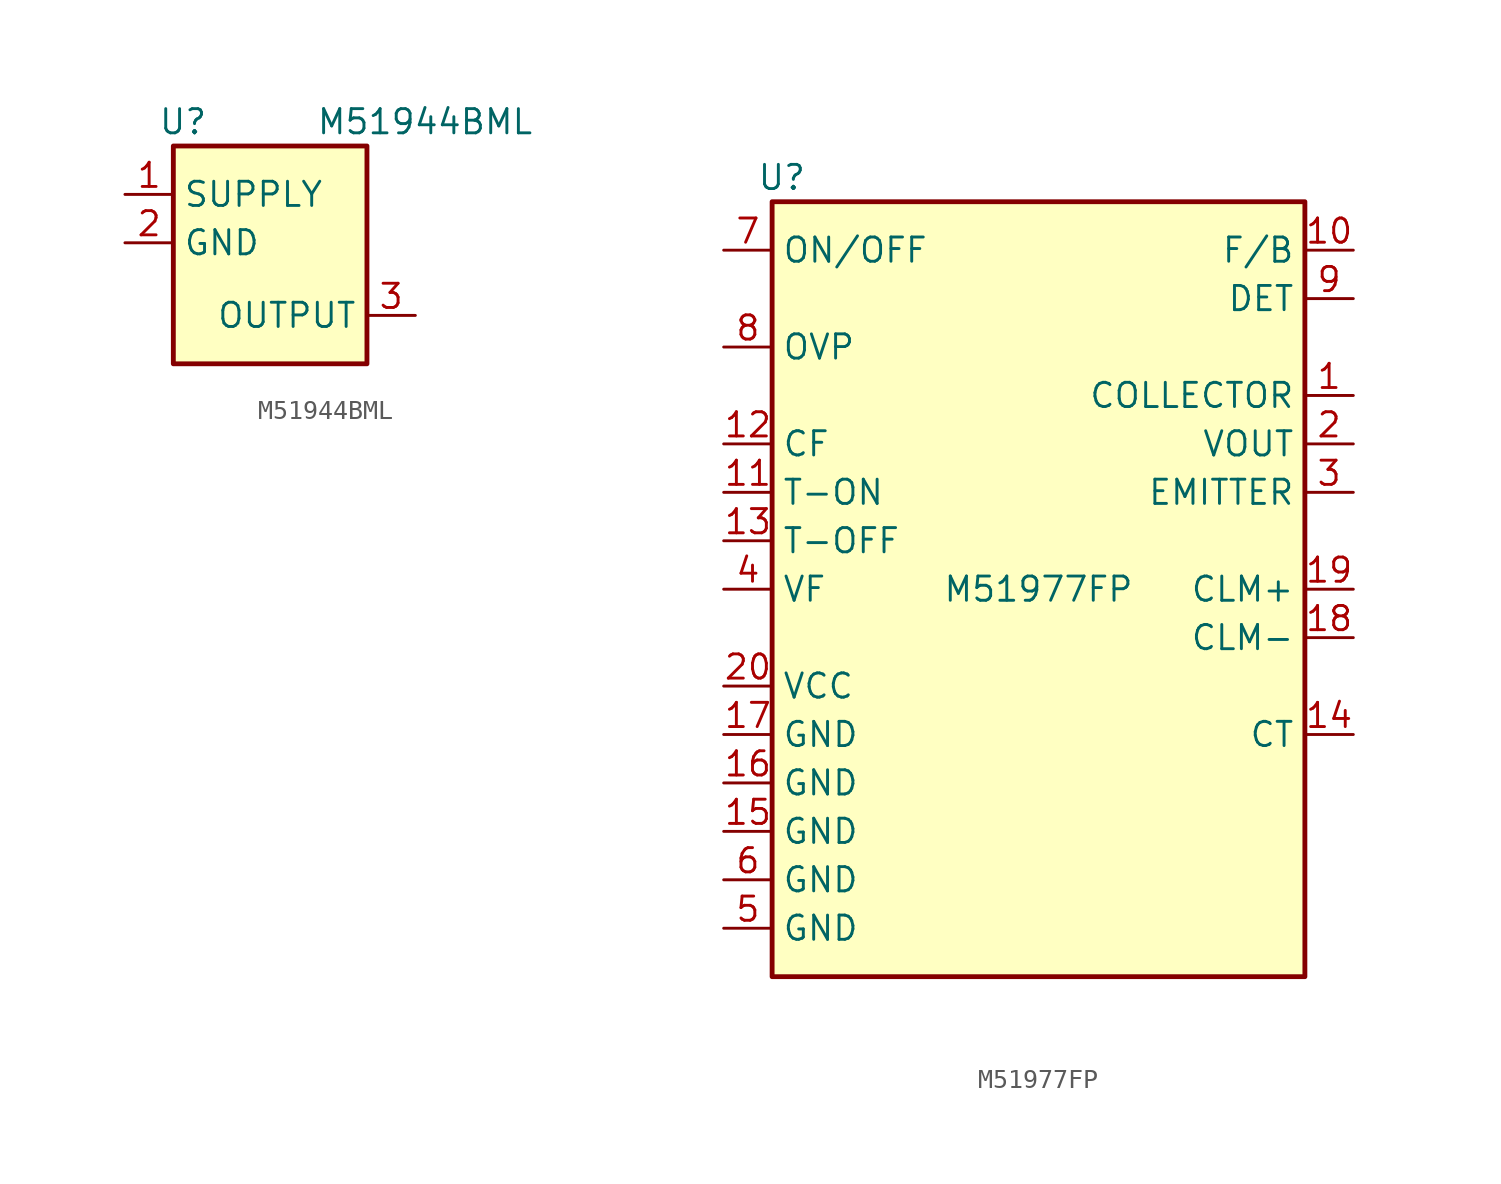
<source format=kicad_sym>
(kicad_symbol_lib
  (version 20241209)
  (generator "kicad_symbol_editor")
  (generator_version "9.0")
  (symbol "M51944BML"
    (property "Reference" "U"
      (at -4.572 7.62 0)
      (effects (font (size 1.27 1.27))))
    (property "Value" "M51944BML"
      (at 8.128 7.62 0)
      (effects (font (size 1.27 1.27))))
    (symbol "M51944BML_0_0"
      (pin power_in line (at -7.62 3.81 0) (length 2.54) (name "SUPPLY" (effects (font (size 1.27 1.27)))) (number "1" (effects (font (size 1.27 1.27)))))
      (pin power_in line (at -7.62 1.27 0) (length 2.54) (name "GND" (effects (font (size 1.27 1.27)))) (number "2" (effects (font (size 1.27 1.27)))))
      (pin open_collector line (at 7.62 -2.54 180) (length 2.54) (name "OUTPUT" (effects (font (size 1.27 1.27)))) (number "3" (effects (font (size 1.27 1.27))))))
    (symbol "M51944BML_1_1"
      (rectangle (start -5.08 6.35) (end 5.08 -5.08) (stroke (width 0.254) (type solid)) (fill (type background)))))
  (symbol "M51977FP"
    (property "Reference" "U"
      (at -13.462 21.59 0)
      (effects (font (size 1.27 1.27))))
    (property "Value" "M51977FP"
      (at 0 0 0)
      (effects (font (size 1.27 1.27))))
    (symbol "M51977FP_0_0"
      (pin power_in line (at -16.51 -5.08 0) (length 2.54) (name "VCC" (effects (font (size 1.27 1.27)))) (number "20" (effects (font (size 1.27 1.27)))))
      (pin power_in line (at -16.51 -7.62 0) (length 2.54) (name "GND" (effects (font (size 1.27 1.27)))) (number "17" (effects (font (size 1.27 1.27)))))
      (pin power_in line (at -16.51 -10.16 0) (length 2.54) (name "GND" (effects (font (size 1.27 1.27)))) (number "16" (effects (font (size 1.27 1.27)))))
      (pin power_in line (at -16.51 -12.7 0) (length 2.54) (name "GND" (effects (font (size 1.27 1.27)))) (number "15" (effects (font (size 1.27 1.27)))))
      (pin power_in line (at -16.51 -15.24 0) (length 2.54) (name "GND" (effects (font (size 1.27 1.27)))) (number "6" (effects (font (size 1.27 1.27)))))
      (pin power_in line (at -16.51 -17.78 0) (length 2.54) (name "GND" (effects (font (size 1.27 1.27)))) (number "5" (effects (font (size 1.27 1.27)))))
      (pin power_out line (at 16.51 7.62 180) (length 2.54) (name "VOUT" (effects (font (size 1.27 1.27)))) (number "2" (effects (font (size 1.27 1.27))))))
    (symbol "M51977FP_1_0"
      (pin input line (at -16.51 17.78 0) (length 2.54) (name "ON/OFF" (effects (font (size 1.27 1.27)))) (number "7" (effects (font (size 1.27 1.27)))))
      (pin input line (at -16.51 12.7 0) (length 2.54) (name "OVP" (effects (font (size 1.27 1.27)))) (number "8" (effects (font (size 1.27 1.27)))))
      (pin input line (at -16.51 7.62 0) (length 2.54) (name "CF" (effects (font (size 1.27 1.27)))) (number "12" (effects (font (size 1.27 1.27)))))
      (pin input line (at -16.51 5.08 0) (length 2.54) (name "T-ON" (effects (font (size 1.27 1.27)))) (number "11" (effects (font (size 1.27 1.27)))))
      (pin input line (at -16.51 2.54 0) (length 2.54) (name "T-OFF" (effects (font (size 1.27 1.27)))) (number "13" (effects (font (size 1.27 1.27)))))
      (pin input line (at -16.51 0 0) (length 2.54) (name "VF" (effects (font (size 1.27 1.27)))) (number "4" (effects (font (size 1.27 1.27)))))
      (pin bidirectional line (at 16.51 17.78 180) (length 2.54) (name "F/B" (effects (font (size 1.27 1.27)))) (number "10" (effects (font (size 1.27 1.27)))))
      (pin input line (at 16.51 15.24 180) (length 2.54) (name "DET" (effects (font (size 1.27 1.27)))) (number "9" (effects (font (size 1.27 1.27)))))
      (pin power_in line (at 16.51 10.16 180) (length 2.54) (name "COLLECTOR" (effects (font (size 1.27 1.27)))) (number "1" (effects (font (size 1.27 1.27)))))
      (pin power_in line (at 16.51 5.08 180) (length 2.54) (name "EMITTER" (effects (font (size 1.27 1.27)))) (number "3" (effects (font (size 1.27 1.27)))))
      (pin input line (at 16.51 0 180) (length 2.54) (name "CLM+" (effects (font (size 1.27 1.27)))) (number "19" (effects (font (size 1.27 1.27)))))
      (pin input line (at 16.51 -2.54 180) (length 2.54) (name "CLM-" (effects (font (size 1.27 1.27)))) (number "18" (effects (font (size 1.27 1.27)))))
      (pin input line (at 16.51 -7.62 180) (length 2.54) (name "CT" (effects (font (size 1.27 1.27)))) (number "14" (effects (font (size 1.27 1.27))))))
    (symbol "M51977FP_1_1"
      (rectangle (start -13.97 20.32) (end 13.97 -20.32) (stroke (width 0.254) (type solid)) (fill (type background))))))
</source>
